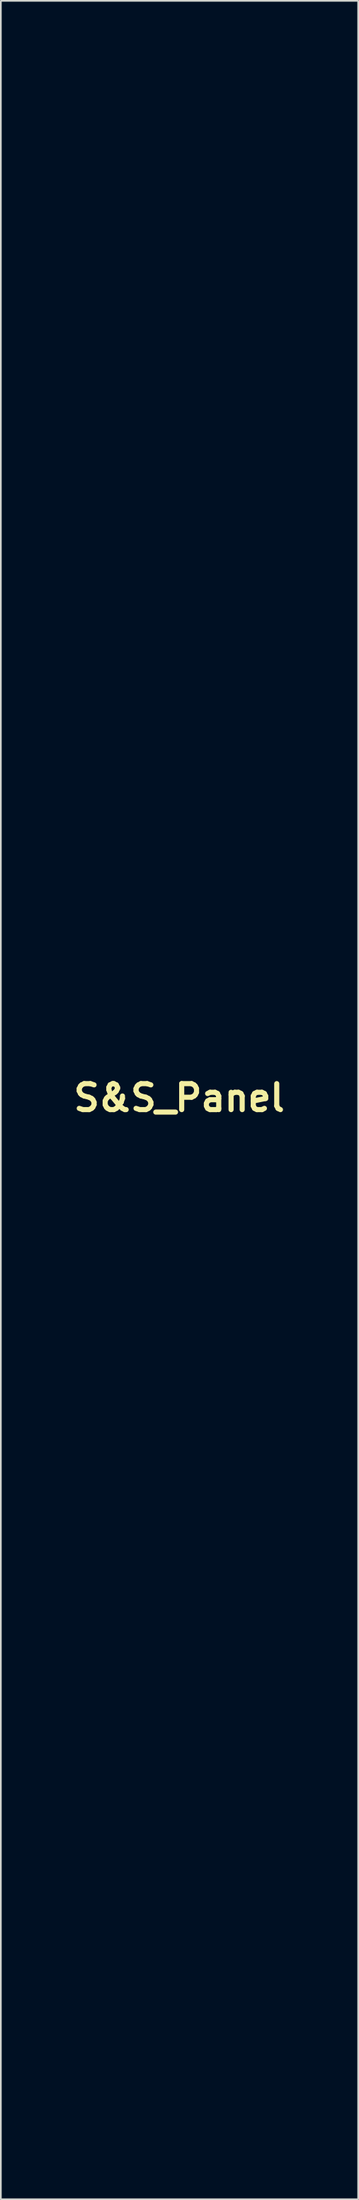
<source format=kicad_pcb>
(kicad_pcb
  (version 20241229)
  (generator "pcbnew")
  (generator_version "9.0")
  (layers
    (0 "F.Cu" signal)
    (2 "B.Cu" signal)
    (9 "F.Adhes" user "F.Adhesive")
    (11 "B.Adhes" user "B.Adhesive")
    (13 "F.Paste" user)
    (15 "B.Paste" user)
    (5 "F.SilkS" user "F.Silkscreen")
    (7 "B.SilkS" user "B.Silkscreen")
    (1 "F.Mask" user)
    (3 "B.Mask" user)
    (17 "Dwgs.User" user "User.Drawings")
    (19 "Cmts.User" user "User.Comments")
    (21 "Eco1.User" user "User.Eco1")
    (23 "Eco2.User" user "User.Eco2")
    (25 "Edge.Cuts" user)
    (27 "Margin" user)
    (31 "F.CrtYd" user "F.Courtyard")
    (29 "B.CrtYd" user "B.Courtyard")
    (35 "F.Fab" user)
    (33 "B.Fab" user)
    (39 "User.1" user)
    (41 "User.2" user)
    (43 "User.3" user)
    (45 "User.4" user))
  (footprint "S&S_Panel"
    (layer "F.Cu")
    (at 7.488 61.354)
    (property "Reference" "S&S_Panel" (at 0 0 0) (layer "F.SilkS") (effects (font (size 1.524 1.524) (thickness 0.3))))
    (attr board_only exclude_from_pos_files exclude_from_bom)
    (fp_poly (pts (xy -5.422 -44.022) (xy -5.809 -44.022) (xy -5.809 -45.701) (xy -5.422 -45.701)) (stroke (width 0) (type solid)) (fill yes) (layer "F.Mask"))
    (fp_poly (pts (xy -2.421 -60.902) (xy -7.488 -60.902) (xy -7.488 -61.354) (xy -2.421 -61.354)) (stroke (width 0) (type solid)) (fill yes) (layer "F.Mask"))
    (fp_poly (pts (xy -2.421 61.612) (xy -7.488 61.612) (xy -7.488 61.16) (xy -2.421 61.16)) (stroke (width 0) (type solid)) (fill yes) (layer "F.Mask"))
    (fp_poly (pts (xy -1.097 -26.53) (xy -1.485 -26.53) (xy -1.485 -28.208) (xy -1.097 -28.208)) (stroke (width 0) (type solid)) (fill yes) (layer "F.Mask"))
    (fp_poly (pts (xy -0.968 -0.807) (xy -1.356 -0.807) (xy -1.356 -2.485) (xy -0.968 -2.485)) (stroke (width 0) (type solid)) (fill yes) (layer "F.Mask"))
    (fp_poly (pts (xy 0.258 -10.36) (xy -0.194 -10.36) (xy -0.194 -13.846) (xy 0.258 -13.846)) (stroke (width 0) (type solid)) (fill yes) (layer "F.Mask"))
    (fp_poly (pts (xy 0.516 39.052) (xy 0.129 39.052) (xy 0.129 37.374) (xy 0.516 37.374)) (stroke (width 0) (type solid)) (fill yes) (layer "F.Mask"))
    (fp_poly (pts (xy 1.097 10.457) (xy 0.71 10.457) (xy 0.71 8.779) (xy 1.097 8.779)) (stroke (width 0) (type solid)) (fill yes) (layer "F.Mask"))
    (fp_poly (pts (xy 7.52 -60.902) (xy 2.453 -60.902) (xy 2.453 -61.354) (xy 7.52 -61.354)) (stroke (width 0) (type solid)) (fill yes) (layer "F.Mask"))
    (fp_poly (pts (xy 7.52 61.612) (xy 2.453 61.612) (xy 2.453 61.16) (xy 7.52 61.16)) (stroke (width 0) (type solid)) (fill yes) (layer "F.Mask"))
    (fp_poly (pts (xy -1.743 -38.6) (xy -0.484 -38.6) (xy -0.484 -38.278) (xy -2.13 -38.278) (xy -2.13 -39.956) (xy -1.743 -39.956)) (stroke (width 0) (type solid)) (fill yes) (layer "F.Mask"))
    (fp_poly (pts (xy 0.839 26.175) (xy 2.098 26.175) (xy 2.098 26.497) (xy 0.452 26.497) (xy 0.452 24.819) (xy 0.839 24.819)) (stroke (width 0) (type solid)) (fill yes) (layer "F.Mask"))
    (fp_poly (pts (xy -5.422 -33.404) (xy -4.325 -33.404) (xy -4.325 -32.952) (xy -5.874 -32.952) (xy -5.874 -34.308) (xy -6.971 -34.308) (xy -6.971 -34.76) (xy -5.422 -34.76)) (stroke (width 0) (type solid)) (fill yes) (layer "F.Mask"))
    (fp_poly (pts (xy -1.807 -27.917) (xy -2.582 -27.917) (xy -2.582 -26.53) (xy -2.969 -26.53) (xy -2.969 -27.917) (xy -3.744 -27.917) (xy -3.744 -28.208) (xy -1.807 -28.208)) (stroke (width 0) (type solid)) (fill yes) (layer "F.Mask"))
    (fp_poly (pts (xy -1.807 9.069) (xy -2.582 9.069) (xy -2.582 10.457) (xy -2.969 10.457) (xy -2.969 9.069) (xy -3.744 9.069) (xy -3.744 8.779) (xy -1.807 8.779)) (stroke (width 0) (type solid)) (fill yes) (layer "F.Mask"))
    (fp_poly (pts (xy -3.905 25.465) (xy -2.679 25.465) (xy -2.679 24.819) (xy -2.291 24.819) (xy -2.291 26.497) (xy -2.679 26.497) (xy -2.679 25.755) (xy -3.905 25.755) (xy -3.905 26.497) (xy -4.293 26.497) (xy -4.293 24.819) (xy -3.905 24.819)) (stroke (width 0) (type solid)) (fill yes) (layer "F.Mask"))
    (fp_poly (pts (xy 1.614 -39.665) (xy 0.29 -39.665) (xy 0.29 -39.31) (xy 1.065 -39.31) (xy 1.065 -39.02) (xy 0.29 -39.02) (xy 0.29 -38.6) (xy 1.646 -38.6) (xy 1.646 -38.278) (xy -0.097 -38.278) (xy -0.097 -39.956) (xy 1.614 -39.956)) (stroke (width 0) (type solid)) (fill yes) (layer "F.Mask"))
    (fp_poly (pts (xy 3.55 -27.917) (xy 2.227 -27.917) (xy 2.227 -27.562) (xy 3.002 -27.562) (xy 3.002 -27.272) (xy 2.227 -27.272) (xy 2.227 -26.852) (xy 3.582 -26.852) (xy 3.582 -26.53) (xy 1.84 -26.53) (xy 1.84 -28.208) (xy 3.55 -28.208)) (stroke (width 0) (type solid)) (fill yes) (layer "F.Mask"))
    (fp_poly (pts (xy 4.777 37.664) (xy 3.453 37.664) (xy 3.453 38.019) (xy 4.228 38.019) (xy 4.228 38.31) (xy 3.453 38.31) (xy 3.453 38.729) (xy 4.809 38.729) (xy 4.809 39.052) (xy 3.066 39.052) (xy 3.066 37.374) (xy 4.777 37.374)) (stroke (width 0) (type solid)) (fill yes) (layer "F.Mask"))
    (fp_poly (pts (xy -2.647 39.052) (xy -2.786 39.052) (xy -2.829 39.05) (xy -2.872 39.042) (xy -2.919 39.022) (xy -2.979 38.987) (xy -3.056 38.93) (xy -3.16 38.849) (xy -3.295 38.737) (xy -3.469 38.591) (xy -3.584 38.493) (xy -4.244 37.933) (xy -4.253 38.493) (xy -4.262 39.052) (xy -4.615 39.052) (xy -4.615 37.374) (xy -4.478 37.374) (xy -4.435 37.376) (xy -4.392 37.385) (xy -4.344 37.405) (xy -4.284 37.442) (xy -4.205 37.499) (xy -4.1 37.582) (xy -3.962 37.695) (xy -3.786 37.844) (xy -3.679 37.934) (xy -3.018 38.493) (xy -3.009 37.934) (xy -3 37.374) (xy -2.647 37.374)) (stroke (width 0) (type solid)) (fill yes) (layer "F.Mask"))
    (fp_poly (pts (xy 1.42 -0.807) (xy 1.281 -0.807) (xy 1.237 -0.809) (xy 1.195 -0.817) (xy 1.147 -0.837) (xy 1.088 -0.872) (xy 1.01 -0.929) (xy 0.907 -1.01) (xy 0.772 -1.122) (xy 0.598 -1.268) (xy 0.482 -1.366) (xy -0.178 -1.926) (xy -0.186 -1.366) (xy -0.195 -0.807) (xy -0.549 -0.807) (xy -0.549 -2.485) (xy -0.411 -2.485) (xy -0.368 -2.483) (xy -0.326 -2.474) (xy -0.278 -2.454) (xy -0.217 -2.417) (xy -0.138 -2.36) (xy -0.033 -2.277) (xy 0.104 -2.163) (xy 0.281 -2.015) (xy 0.387 -1.925) (xy 1.049 -1.366) (xy 1.058 -1.925) (xy 1.067 -2.485) (xy 1.42 -2.485)) (stroke (width 0) (type solid)) (fill yes) (layer "F.Mask"))
    (fp_poly (pts (xy 6.616 -44.055) (xy 6.477 -44.055) (xy 6.433 -44.056) (xy 6.391 -44.065) (xy 6.344 -44.084) (xy 6.284 -44.12) (xy 6.206 -44.176) (xy 6.103 -44.258) (xy 5.968 -44.37) (xy 5.794 -44.516) (xy 5.678 -44.614) (xy 5.019 -45.173) (xy 5.01 -44.614) (xy 5.001 -44.055) (xy 4.648 -44.055) (xy 4.648 -45.733) (xy 4.785 -45.733) (xy 4.828 -45.731) (xy 4.87 -45.722) (xy 4.918 -45.702) (xy 4.979 -45.665) (xy 5.058 -45.608) (xy 5.163 -45.525) (xy 5.301 -45.411) (xy 5.477 -45.263) (xy 5.583 -45.173) (xy 6.245 -44.613) (xy 6.254 -45.173) (xy 6.263 -45.733) (xy 6.616 -45.733)) (stroke (width 0) (type solid)) (fill yes) (layer "F.Mask"))
    (fp_poly (pts (xy 5.856 -34.59) (xy 5.895 -34.361) (xy 5.925 -34.186) (xy 5.948 -34.056) (xy 5.967 -33.964) (xy 5.983 -33.899) (xy 5.998 -33.853) (xy 6 -33.846) (xy 6.103 -33.665) (xy 6.256 -33.522) (xy 6.455 -33.42) (xy 6.697 -33.36) (xy 6.77 -33.352) (xy 7.004 -33.33) (xy 7.004 -32.888) (xy 6.85 -32.89) (xy 6.73 -32.899) (xy 6.587 -32.919) (xy 6.5 -32.936) (xy 6.36 -32.974) (xy 6.217 -33.026) (xy 6.144 -33.059) (xy 6.016 -33.142) (xy 5.878 -33.26) (xy 5.752 -33.393) (xy 5.657 -33.521) (xy 5.638 -33.553) (xy 5.595 -33.658) (xy 5.548 -33.803) (xy 5.505 -33.964) (xy 5.473 -34.116) (xy 5.472 -34.122) (xy 5.451 -34.243) (xy 4.357 -34.243) (xy 4.357 -34.695) (xy 5.839 -34.695)) (stroke (width 0) (type solid)) (fill yes) (layer "F.Mask"))
    (fp_poly (pts (xy -0.01 -27.709) (xy 0.109 -27.555) (xy 0.214 -27.42) (xy 0.3 -27.313) (xy 0.36 -27.24) (xy 0.389 -27.209) (xy 0.39 -27.209) (xy 0.413 -27.233) (xy 0.469 -27.302) (xy 0.551 -27.406) (xy 0.652 -27.54) (xy 0.766 -27.693) (xy 0.777 -27.708) (xy 1.145 -28.208) (xy 1.452 -28.208) (xy 1.452 -26.53) (xy 1.095 -26.53) (xy 1.104 -27.113) (xy 1.106 -27.339) (xy 1.105 -27.502) (xy 1.099 -27.604) (xy 1.09 -27.646) (xy 1.081 -27.643) (xy 1.031 -27.567) (xy 0.956 -27.461) (xy 0.863 -27.335) (xy 0.76 -27.2) (xy 0.655 -27.065) (xy 0.556 -26.94) (xy 0.471 -26.836) (xy 0.407 -26.763) (xy 0.373 -26.73) (xy 0.371 -26.729) (xy 0.335 -26.751) (xy 0.268 -26.82) (xy 0.174 -26.932) (xy 0.057 -27.08) (xy -0.023 -27.187) (xy -0.371 -27.654) (xy -0.38 -27.092) (xy -0.389 -26.53) (xy -0.71 -26.53) (xy -0.71 -28.208) (xy -0.391 -28.208)) (stroke (width 0) (type solid)) (fill yes) (layer "F.Mask"))
    (fp_poly (pts (xy -1.24 37.38) (xy -0.984 37.383) (xy -0.784 37.387) (xy -0.633 37.39) (xy -0.523 37.396) (xy -0.446 37.403) (xy -0.394 37.414) (xy -0.359 37.428) (xy -0.333 37.447) (xy -0.316 37.463) (xy -0.291 37.49) (xy -0.273 37.52) (xy -0.26 37.563) (xy -0.251 37.628) (xy -0.246 37.723) (xy -0.243 37.858) (xy -0.242 38.043) (xy -0.242 38.213) (xy -0.242 38.438) (xy -0.244 38.608) (xy -0.247 38.732) (xy -0.253 38.818) (xy -0.263 38.876) (xy -0.277 38.915) (xy -0.297 38.943) (xy -0.316 38.962) (xy -0.339 38.985) (xy -0.367 39.002) (xy -0.406 39.015) (xy -0.464 39.025) (xy -0.549 39.032) (xy -0.669 39.037) (xy -0.832 39.04) (xy -1.046 39.043) (xy -1.24 39.046) (xy -2.091 39.055) (xy -2.275 38.896) (xy -2.275 38.729) (xy -1.904 38.729) (xy -0.613 38.729) (xy -0.613 37.664) (xy -1.904 37.664) (xy -1.904 38.729) (xy -2.275 38.729) (xy -2.275 37.53) (xy -2.091 37.371)) (stroke (width 0) (type solid)) (fill yes) (layer "F.Mask"))
    (fp_poly (pts (xy -0.885 24.826) (xy -0.629 24.829) (xy -0.429 24.832) (xy -0.278 24.836) (xy -0.168 24.841) (xy -0.091 24.849) (xy -0.039 24.859) (xy -0.004 24.873) (xy 0.022 24.892) (xy 0.04 24.909) (xy 0.064 24.935) (xy 0.082 24.966) (xy 0.095 25.008) (xy 0.104 25.073) (xy 0.109 25.168) (xy 0.112 25.304) (xy 0.113 25.488) (xy 0.113 25.658) (xy 0.113 25.884) (xy 0.111 26.054) (xy 0.108 26.177) (xy 0.102 26.263) (xy 0.092 26.321) (xy 0.078 26.36) (xy 0.058 26.388) (xy 0.04 26.408) (xy 0.016 26.43) (xy -0.012 26.447) (xy -0.05 26.46) (xy -0.108 26.47) (xy -0.194 26.477) (xy -0.314 26.482) (xy -0.477 26.485) (xy -0.691 26.489) (xy -0.885 26.491) (xy -1.736 26.5) (xy -1.92 26.342) (xy -1.92 26.175) (xy -1.549 26.175) (xy -0.258 26.175) (xy -0.258 25.11) (xy -1.549 25.11) (xy -1.549 26.175) (xy -1.92 26.175) (xy -1.92 24.975) (xy -1.736 24.816)) (stroke (width 0) (type solid)) (fill yes) (layer "F.Mask"))
    (fp_poly (pts (xy 3.411 24.821) (xy 3.626 24.828) (xy 3.796 24.841) (xy 3.93 24.862) (xy 4.037 24.894) (xy 4.127 24.937) (xy 4.21 24.993) (xy 4.237 25.015) (xy 4.365 25.145) (xy 4.447 25.29) (xy 4.49 25.468) (xy 4.5 25.642) (xy 4.481 25.879) (xy 4.419 26.072) (xy 4.31 26.232) (xy 4.233 26.305) (xy 4.152 26.365) (xy 4.066 26.411) (xy 3.965 26.446) (xy 3.84 26.47) (xy 3.682 26.486) (xy 3.48 26.494) (xy 3.227 26.497) (xy 3.141 26.497) (xy 2.485 26.497) (xy 2.485 25.103) (xy 2.872 25.103) (xy 2.872 26.183) (xy 3.302 26.168) (xy 3.496 26.16) (xy 3.639 26.148) (xy 3.744 26.131) (xy 3.823 26.107) (xy 3.857 26.092) (xy 3.985 26.001) (xy 4.066 25.875) (xy 4.102 25.707) (xy 4.105 25.626) (xy 4.083 25.438) (xy 4.016 25.29) (xy 3.909 25.188) (xy 3.882 25.173) (xy 3.8 25.151) (xy 3.656 25.133) (xy 3.453 25.12) (xy 3.332 25.116) (xy 2.872 25.103) (xy 2.485 25.103) (xy 2.485 24.819) (xy 3.141 24.819)) (stroke (width 0) (type solid)) (fill yes) (layer "F.Mask"))
    (fp_poly (pts (xy -0.418 8.78) (xy -0.2 8.783) (xy -0.033 8.791) (xy 0.091 8.803) (xy 0.179 8.821) (xy 0.239 8.845) (xy 0.277 8.878) (xy 0.301 8.92) (xy 0.303 8.925) (xy 0.312 8.983) (xy 0.319 9.088) (xy 0.322 9.22) (xy 0.322 9.362) (xy 0.319 9.495) (xy 0.313 9.602) (xy 0.303 9.663) (xy 0.303 9.665) (xy 0.244 9.733) (xy 0.135 9.782) (xy -0.011 9.808) (xy -0.086 9.811) (xy -0.273 9.811) (xy -0.146 9.916) (xy -0.066 9.982) (xy 0.047 10.074) (xy 0.174 10.177) (xy 0.25 10.239) (xy 0.52 10.457) (xy -0.051 10.457) (xy -0.394 10.134) (xy -0.737 9.811) (xy -1.097 9.811) (xy -1.097 10.457) (xy -1.485 10.457) (xy -1.485 9.521) (xy -1.097 9.521) (xy -0.62 9.521) (xy -0.402 9.519) (xy -0.245 9.511) (xy -0.146 9.499) (xy -0.103 9.482) (xy -0.078 9.423) (xy -0.066 9.327) (xy -0.069 9.224) (xy -0.086 9.139) (xy -0.103 9.108) (xy -0.15 9.09) (xy -0.252 9.078) (xy -0.412 9.071) (xy -0.62 9.069) (xy -1.097 9.069) (xy -1.097 9.521) (xy -1.485 9.521) (xy -1.485 8.779) (xy -0.692 8.779)) (stroke (width 0) (type solid)) (fill yes) (layer "F.Mask"))
    (fp_poly (pts (xy 0.196 -50.864) (xy 0.413 -50.86) (xy 0.58 -50.853) (xy 0.704 -50.841) (xy 0.792 -50.823) (xy 0.852 -50.798) (xy 0.89 -50.765) (xy 0.914 -50.723) (xy 0.916 -50.718) (xy 0.925 -50.66) (xy 0.932 -50.556) (xy 0.935 -50.423) (xy 0.935 -50.281) (xy 0.932 -50.148) (xy 0.926 -50.042) (xy 0.917 -49.98) (xy 0.916 -49.978) (xy 0.858 -49.911) (xy 0.749 -49.861) (xy 0.602 -49.835) (xy 0.527 -49.832) (xy 0.34 -49.832) (xy 0.467 -49.727) (xy 0.547 -49.661) (xy 0.66 -49.569) (xy 0.787 -49.466) (xy 0.864 -49.404) (xy 1.133 -49.186) (xy 0.562 -49.186) (xy 0.219 -49.509) (xy -0.123 -49.832) (xy -0.484 -49.832) (xy -0.484 -49.186) (xy -0.871 -49.186) (xy -0.871 -50.122) (xy -0.484 -50.122) (xy -0.006 -50.122) (xy 0.212 -50.125) (xy 0.368 -50.132) (xy 0.467 -50.144) (xy 0.51 -50.161) (xy 0.535 -50.221) (xy 0.547 -50.316) (xy 0.544 -50.419) (xy 0.527 -50.504) (xy 0.51 -50.535) (xy 0.463 -50.553) (xy 0.362 -50.565) (xy 0.202 -50.572) (xy -0.006 -50.574) (xy -0.484 -50.574) (xy -0.484 -50.122) (xy -0.871 -50.122) (xy -0.871 -50.865) (xy -0.079 -50.865)) (stroke (width 0) (type solid)) (fill yes) (layer "F.Mask"))
    (fp_poly (pts (xy 2.453 -50.862) (xy 2.659 -50.858) (xy 2.81 -50.85) (xy 2.911 -50.839) (xy 2.968 -50.824) (xy 2.969 -50.823) (xy 3.044 -50.752) (xy 3.099 -50.635) (xy 3.127 -50.486) (xy 3.129 -50.439) (xy 3.126 -50.372) (xy 3.108 -50.329) (xy 3.062 -50.302) (xy 2.975 -50.282) (xy 2.864 -50.266) (xy 2.711 -50.244) (xy 2.711 -50.574) (xy 1.678 -50.574) (xy 1.678 -49.509) (xy 2.711 -49.509) (xy 2.711 -49.87) (xy 2.848 -49.847) (xy 2.984 -49.821) (xy 3.068 -49.792) (xy 3.111 -49.751) (xy 3.127 -49.688) (xy 3.129 -49.631) (xy 3.11 -49.464) (xy 3.064 -49.331) (xy 2.993 -49.243) (xy 2.969 -49.228) (xy 2.915 -49.213) (xy 2.815 -49.201) (xy 2.667 -49.193) (xy 2.464 -49.188) (xy 2.202 -49.187) (xy 2.188 -49.187) (xy 1.959 -49.187) (xy 1.784 -49.188) (xy 1.657 -49.191) (xy 1.566 -49.196) (xy 1.504 -49.206) (xy 1.461 -49.22) (xy 1.429 -49.239) (xy 1.398 -49.264) (xy 1.307 -49.342) (xy 1.307 -50.709) (xy 1.398 -50.787) (xy 1.429 -50.812) (xy 1.462 -50.831) (xy 1.505 -50.845) (xy 1.567 -50.855) (xy 1.658 -50.86) (xy 1.786 -50.863) (xy 1.961 -50.864) (xy 2.188 -50.864)) (stroke (width 0) (type solid)) (fill yes) (layer "F.Mask"))
    (fp_poly (pts (xy 2.727 8.779) (xy 2.941 8.783) (xy 3.105 8.79) (xy 3.226 8.803) (xy 3.313 8.824) (xy 3.372 8.853) (xy 3.41 8.894) (xy 3.436 8.946) (xy 3.452 8.997) (xy 3.476 9.086) (xy 3.483 9.145) (xy 3.463 9.183) (xy 3.406 9.208) (xy 3.303 9.229) (xy 3.187 9.249) (xy 3.108 9.259) (xy 3.074 9.245) (xy 3.066 9.195) (xy 3.066 9.17) (xy 3.066 9.069) (xy 1.872 9.069) (xy 1.872 10.134) (xy 3.066 10.134) (xy 3.066 9.779) (xy 2.453 9.779) (xy 2.453 9.489) (xy 3.494 9.489) (xy 3.478 9.868) (xy 3.47 10.023) (xy 3.459 10.158) (xy 3.448 10.257) (xy 3.438 10.305) (xy 3.413 10.35) (xy 3.376 10.385) (xy 3.319 10.412) (xy 3.236 10.431) (xy 3.118 10.444) (xy 2.958 10.452) (xy 2.75 10.456) (xy 2.485 10.457) (xy 2.456 10.457) (xy 2.213 10.457) (xy 2.026 10.456) (xy 1.887 10.453) (xy 1.786 10.449) (xy 1.717 10.441) (xy 1.669 10.429) (xy 1.635 10.413) (xy 1.605 10.391) (xy 1.591 10.379) (xy 1.501 10.301) (xy 1.501 8.934) (xy 1.591 8.857) (xy 1.621 8.832) (xy 1.652 8.813) (xy 1.693 8.8) (xy 1.751 8.79) (xy 1.837 8.784) (xy 1.957 8.781) (xy 2.121 8.779) (xy 2.338 8.779) (xy 2.456 8.779)) (stroke (width 0) (type solid)) (fill yes) (layer "F.Mask"))
    (fp_poly (pts (xy 3.66 -39.407) (xy 3.73 -39.233) (xy 3.792 -39.083) (xy 3.842 -38.965) (xy 3.876 -38.89) (xy 3.89 -38.865) (xy 3.903 -38.897) (xy 3.935 -38.98) (xy 3.98 -39.103) (xy 4.036 -39.257) (xy 4.084 -39.391) (xy 4.146 -39.563) (xy 4.202 -39.714) (xy 4.248 -39.833) (xy 4.28 -39.91) (xy 4.292 -39.933) (xy 4.335 -39.947) (xy 4.42 -39.951) (xy 4.477 -39.95) (xy 4.637 -39.94) (xy 4.323 -39.117) (xy 4.008 -38.294) (xy 3.868 -38.285) (xy 3.728 -38.275) (xy 3.504 -38.841) (xy 3.434 -39.017) (xy 3.372 -39.17) (xy 3.321 -39.29) (xy 3.286 -39.368) (xy 3.27 -39.395) (xy 3.269 -39.395) (xy 3.254 -39.363) (xy 3.219 -39.281) (xy 3.168 -39.157) (xy 3.106 -39.003) (xy 3.039 -38.839) (xy 2.82 -38.294) (xy 2.677 -38.285) (xy 2.534 -38.276) (xy 2.23 -39.076) (xy 2.149 -39.291) (xy 2.075 -39.487) (xy 2.01 -39.656) (xy 1.96 -39.79) (xy 1.926 -39.879) (xy 1.912 -39.915) (xy 1.923 -39.939) (xy 1.98 -39.952) (xy 2.094 -39.956) (xy 2.103 -39.956) (xy 2.309 -39.956) (xy 2.516 -39.402) (xy 2.592 -39.2) (xy 2.651 -39.054) (xy 2.694 -38.959) (xy 2.724 -38.91) (xy 2.743 -38.901) (xy 2.749 -38.909) (xy 2.77 -38.96) (xy 2.809 -39.058) (xy 2.862 -39.194) (xy 2.925 -39.353) (xy 2.965 -39.456) (xy 3.154 -39.94) (xy 3.297 -39.949) (xy 3.44 -39.959)) (stroke (width 0) (type solid)) (fill yes) (layer "F.Mask"))
    (fp_poly (pts (xy -3.415 -39.949) (xy -3.349 -39.948) (xy -3.101 -39.945) (xy -2.909 -39.939) (xy -2.767 -39.929) (xy -2.665 -39.912) (xy -2.596 -39.886) (xy -2.552 -39.849) (xy -2.525 -39.797) (xy -2.507 -39.729) (xy -2.5 -39.69) (xy -2.493 -39.618) (xy -2.509 -39.57) (xy -2.561 -39.536) (xy -2.66 -39.506) (xy -2.735 -39.489) (xy -2.807 -39.478) (xy -2.835 -39.498) (xy -2.84 -39.562) (xy -2.84 -39.566) (xy -2.84 -39.665) (xy -3.937 -39.665) (xy -3.937 -39.278) (xy -2.674 -39.278) (xy -2.579 -39.184) (xy -2.535 -39.135) (xy -2.507 -39.088) (xy -2.492 -39.026) (xy -2.486 -38.931) (xy -2.485 -38.798) (xy -2.491 -38.613) (xy -2.509 -38.48) (xy -2.544 -38.391) (xy -2.599 -38.333) (xy -2.635 -38.313) (xy -2.701 -38.299) (xy -2.819 -38.288) (xy -2.976 -38.28) (xy -3.16 -38.276) (xy -3.36 -38.276) (xy -3.563 -38.278) (xy -3.758 -38.284) (xy -3.932 -38.292) (xy -4.074 -38.304) (xy -4.17 -38.318) (xy -4.203 -38.328) (xy -4.277 -38.395) (xy -4.31 -38.464) (xy -4.337 -38.589) (xy -4.345 -38.665) (xy -4.326 -38.706) (xy -4.271 -38.726) (xy -4.172 -38.74) (xy -4.139 -38.745) (xy -4.041 -38.756) (xy -3.991 -38.753) (xy -3.972 -38.729) (xy -3.97 -38.684) (xy -3.97 -38.6) (xy -2.84 -38.6) (xy -2.84 -38.955) (xy -3.445 -38.956) (xy -3.684 -38.957) (xy -3.867 -38.962) (xy -4.002 -38.973) (xy -4.098 -38.992) (xy -4.164 -39.02) (xy -4.207 -39.06) (xy -4.237 -39.114) (xy -4.25 -39.15) (xy -4.277 -39.28) (xy -4.287 -39.442) (xy -4.28 -39.607) (xy -4.256 -39.744) (xy -4.25 -39.761) (xy -4.226 -39.821) (xy -4.195 -39.868) (xy -4.149 -39.902) (xy -4.08 -39.926) (xy -3.98 -39.941) (xy -3.841 -39.948) (xy -3.655 -39.951)) (stroke (width 0) (type solid)) (fill yes) (layer "F.Mask"))
    (fp_poly (pts (xy -2.156 -50.858) (xy -2.091 -50.857) (xy -1.842 -50.853) (xy -1.651 -50.848) (xy -1.508 -50.838) (xy -1.406 -50.821) (xy -1.337 -50.795) (xy -1.293 -50.757) (xy -1.266 -50.706) (xy -1.249 -50.638) (xy -1.241 -50.599) (xy -1.234 -50.527) (xy -1.251 -50.479) (xy -1.303 -50.445) (xy -1.401 -50.415) (xy -1.477 -50.398) (xy -1.548 -50.387) (xy -1.576 -50.407) (xy -1.581 -50.471) (xy -1.581 -50.475) (xy -1.581 -50.574) (xy -2.679 -50.574) (xy -2.679 -50.187) (xy -1.415 -50.187) (xy -1.321 -50.092) (xy -1.276 -50.044) (xy -1.248 -49.997) (xy -1.233 -49.934) (xy -1.227 -49.84) (xy -1.226 -49.707) (xy -1.232 -49.521) (xy -1.251 -49.389) (xy -1.286 -49.3) (xy -1.341 -49.242) (xy -1.377 -49.222) (xy -1.443 -49.208) (xy -1.56 -49.197) (xy -1.717 -49.189) (xy -1.901 -49.185) (xy -2.101 -49.185) (xy -2.305 -49.187) (xy -2.499 -49.193) (xy -2.673 -49.201) (xy -2.815 -49.212) (xy -2.912 -49.226) (xy -2.945 -49.237) (xy -3.019 -49.303) (xy -3.052 -49.373) (xy -3.078 -49.498) (xy -3.086 -49.574) (xy -3.067 -49.615) (xy -3.013 -49.635) (xy -2.913 -49.649) (xy -2.88 -49.654) (xy -2.782 -49.665) (xy -2.732 -49.662) (xy -2.714 -49.638) (xy -2.711 -49.593) (xy -2.711 -49.509) (xy -1.581 -49.509) (xy -1.581 -49.864) (xy -2.187 -49.865) (xy -2.425 -49.866) (xy -2.608 -49.871) (xy -2.743 -49.882) (xy -2.84 -49.9) (xy -2.905 -49.929) (xy -2.949 -49.969) (xy -2.978 -50.023) (xy -2.992 -50.059) (xy -3.019 -50.189) (xy -3.029 -50.351) (xy -3.021 -50.516) (xy -2.997 -50.653) (xy -2.992 -50.67) (xy -2.968 -50.73) (xy -2.936 -50.776) (xy -2.89 -50.811) (xy -2.821 -50.834) (xy -2.721 -50.849) (xy -2.582 -50.857) (xy -2.397 -50.859)) (stroke (width 0) (type solid)) (fill yes) (layer "F.Mask"))
    (fp_poly (pts (xy 1.781 37.381) (xy 1.847 37.381) (xy 2.095 37.385) (xy 2.287 37.391) (xy 2.43 37.401) (xy 2.532 37.417) (xy 2.601 37.443) (xy 2.645 37.481) (xy 2.671 37.533) (xy 2.689 37.601) (xy 2.696 37.64) (xy 2.704 37.711) (xy 2.687 37.76) (xy 2.635 37.794) (xy 2.536 37.823) (xy 2.461 37.84) (xy 2.39 37.851) (xy 2.361 37.832) (xy 2.356 37.767) (xy 2.356 37.764) (xy 2.356 37.664) (xy 1.259 37.664) (xy 1.259 38.052) (xy 2.522 38.052) (xy 2.617 38.146) (xy 2.662 38.194) (xy 2.689 38.242) (xy 2.704 38.304) (xy 2.71 38.398) (xy 2.711 38.532) (xy 2.706 38.717) (xy 2.687 38.849) (xy 2.652 38.939) (xy 2.597 38.996) (xy 2.561 39.016) (xy 2.495 39.031) (xy 2.378 39.042) (xy 2.221 39.049) (xy 2.036 39.053) (xy 1.836 39.054) (xy 1.633 39.051) (xy 1.438 39.046) (xy 1.264 39.037) (xy 1.123 39.026) (xy 1.026 39.012) (xy 0.993 39.002) (xy 0.919 38.935) (xy 0.886 38.866) (xy 0.859 38.74) (xy 0.851 38.665) (xy 0.87 38.624) (xy 0.925 38.603) (xy 1.024 38.589) (xy 1.057 38.585) (xy 1.155 38.573) (xy 1.205 38.576) (xy 1.224 38.6) (xy 1.226 38.646) (xy 1.226 38.729) (xy 2.356 38.729) (xy 2.356 38.374) (xy 1.751 38.374) (xy 1.512 38.372) (xy 1.329 38.367) (xy 1.194 38.357) (xy 1.098 38.338) (xy 1.032 38.31) (xy 0.989 38.269) (xy 0.959 38.215) (xy 0.946 38.18) (xy 0.919 38.05) (xy 0.909 37.887) (xy 0.916 37.723) (xy 0.94 37.585) (xy 0.946 37.568) (xy 0.97 37.508) (xy 1.001 37.462) (xy 1.047 37.428) (xy 1.116 37.404) (xy 1.216 37.389) (xy 1.355 37.381) (xy 1.541 37.379)) (stroke (width 0) (type solid)) (fill yes) (layer "F.Mask"))
    (fp_poly (pts (xy -3.48 -57.077) (xy -3.226 -57.076) (xy -3.023 -57.072) (xy -2.864 -57.066) (xy -2.742 -57.056) (xy -2.651 -57.041) (xy -2.584 -57.021) (xy -2.535 -56.994) (xy -2.495 -56.959) (xy -2.46 -56.916) (xy -2.444 -56.896) (xy -2.393 -56.777) (xy -2.377 -56.639) (xy -2.372 -56.468) (xy -2.614 -56.411) (xy -2.732 -56.384) (xy -2.825 -56.363) (xy -2.875 -56.353) (xy -2.879 -56.353) (xy -2.894 -56.38) (xy -2.907 -56.452) (xy -2.911 -56.488) (xy -2.921 -56.626) (xy -4.648 -56.643) (xy -4.648 -56.028) (xy -3.687 -56.028) (xy -3.41 -56.027) (xy -3.188 -56.026) (xy -3.016 -56.023) (xy -2.885 -56.019) (xy -2.787 -56.012) (xy -2.714 -56.003) (xy -2.659 -55.991) (xy -2.613 -55.975) (xy -2.592 -55.966) (xy -2.503 -55.918) (xy -2.438 -55.862) (xy -2.392 -55.786) (xy -2.363 -55.682) (xy -2.347 -55.538) (xy -2.341 -55.345) (xy -2.34 -55.222) (xy -2.343 -54.999) (xy -2.353 -54.831) (xy -2.375 -54.707) (xy -2.412 -54.617) (xy -2.467 -54.552) (xy -2.543 -54.502) (xy -2.592 -54.477) (xy -2.633 -54.461) (xy -2.679 -54.447) (xy -2.738 -54.437) (xy -2.817 -54.429) (xy -2.922 -54.424) (xy -3.062 -54.42) (xy -3.244 -54.419) (xy -3.475 -54.418) (xy -3.762 -54.418) (xy -3.808 -54.418) (xy -4.07 -54.419) (xy -4.313 -54.422) (xy -4.531 -54.426) (xy -4.714 -54.43) (xy -4.855 -54.435) (xy -4.945 -54.441) (xy -4.972 -54.445) (xy -5.103 -54.498) (xy -5.188 -54.567) (xy -5.237 -54.648) (xy -5.261 -54.719) (xy -5.285 -54.818) (xy -5.305 -54.926) (xy -5.319 -55.025) (xy -5.323 -55.098) (xy -5.314 -55.125) (xy -5.277 -55.13) (xy -5.193 -55.145) (xy -5.079 -55.167) (xy -5.046 -55.173) (xy -4.924 -55.196) (xy -4.828 -55.213) (xy -4.774 -55.221) (xy -4.769 -55.222) (xy -4.754 -55.193) (xy -4.745 -55.12) (xy -4.744 -55.076) (xy -4.744 -54.931) (xy -2.905 -54.931) (xy -2.905 -55.509) (xy -3.897 -55.518) (xy -4.199 -55.522) (xy -4.443 -55.526) (xy -4.636 -55.533) (xy -4.785 -55.543) (xy -4.898 -55.558) (xy -4.98 -55.58) (xy -5.04 -55.609) (xy -5.083 -55.648) (xy -5.117 -55.697) (xy -5.149 -55.757) (xy -5.151 -55.761) (xy -5.181 -55.858) (xy -5.202 -56.001) (xy -5.214 -56.172) (xy -5.217 -56.356) (xy -5.212 -56.535) (xy -5.197 -56.693) (xy -5.173 -56.814) (xy -5.155 -56.859) (xy -5.123 -56.914) (xy -5.09 -56.96) (xy -5.048 -56.996) (xy -4.992 -57.023) (xy -4.914 -57.044) (xy -4.808 -57.059) (xy -4.667 -57.068) (xy -4.485 -57.074) (xy -4.256 -57.076) (xy -3.972 -57.077) (xy -3.792 -57.077)) (stroke (width 0) (type solid)) (fill yes) (layer "F.Mask"))
    (fp_poly (pts (xy 4.104 -57.077) (xy 4.359 -57.076) (xy 4.562 -57.072) (xy 4.721 -57.066) (xy 4.842 -57.056) (xy 4.933 -57.041) (xy 5 -57.021) (xy 5.05 -56.994) (xy 5.089 -56.959) (xy 5.125 -56.916) (xy 5.14 -56.896) (xy 5.191 -56.777) (xy 5.208 -56.639) (xy 5.212 -56.468) (xy 4.97 -56.411) (xy 4.852 -56.384) (xy 4.76 -56.363) (xy 4.709 -56.353) (xy 4.706 -56.353) (xy 4.69 -56.38) (xy 4.677 -56.452) (xy 4.674 -56.488) (xy 4.664 -56.626) (xy 2.937 -56.643) (xy 2.937 -56.028) (xy 3.897 -56.028) (xy 4.175 -56.027) (xy 4.396 -56.026) (xy 4.568 -56.023) (xy 4.7 -56.019) (xy 4.798 -56.012) (xy 4.871 -56.003) (xy 4.926 -55.991) (xy 4.971 -55.975) (xy 4.992 -55.966) (xy 5.081 -55.918) (xy 5.146 -55.862) (xy 5.192 -55.786) (xy 5.221 -55.682) (xy 5.237 -55.538) (xy 5.244 -55.345) (xy 5.245 -55.222) (xy 5.242 -54.999) (xy 5.231 -54.831) (xy 5.209 -54.707) (xy 5.172 -54.617) (xy 5.118 -54.552) (xy 5.042 -54.502) (xy 4.992 -54.477) (xy 4.951 -54.461) (xy 4.905 -54.447) (xy 4.846 -54.437) (xy 4.768 -54.429) (xy 4.662 -54.424) (xy 4.522 -54.42) (xy 4.34 -54.419) (xy 4.11 -54.418) (xy 3.823 -54.418) (xy 3.776 -54.418) (xy 3.515 -54.419) (xy 3.271 -54.422) (xy 3.054 -54.426) (xy 2.87 -54.43) (xy 2.73 -54.435) (xy 2.64 -54.441) (xy 2.612 -54.445) (xy 2.482 -54.498) (xy 2.397 -54.567) (xy 2.348 -54.648) (xy 2.323 -54.719) (xy 2.299 -54.818) (xy 2.279 -54.926) (xy 2.266 -55.025) (xy 2.262 -55.098) (xy 2.27 -55.125) (xy 2.307 -55.13) (xy 2.391 -55.145) (xy 2.506 -55.167) (xy 2.539 -55.173) (xy 2.66 -55.196) (xy 2.757 -55.213) (xy 2.811 -55.221) (xy 2.816 -55.222) (xy 2.83 -55.193) (xy 2.839 -55.12) (xy 2.84 -55.076) (xy 2.84 -54.931) (xy 4.68 -54.931) (xy 4.68 -55.509) (xy 3.687 -55.518) (xy 3.386 -55.522) (xy 3.142 -55.526) (xy 2.949 -55.533) (xy 2.799 -55.543) (xy 2.687 -55.558) (xy 2.604 -55.58) (xy 2.545 -55.609) (xy 2.501 -55.648) (xy 2.467 -55.697) (xy 2.435 -55.757) (xy 2.433 -55.761) (xy 2.403 -55.858) (xy 2.382 -56.001) (xy 2.37 -56.172) (xy 2.367 -56.356) (xy 2.373 -56.535) (xy 2.388 -56.693) (xy 2.412 -56.814) (xy 2.43 -56.859) (xy 2.461 -56.914) (xy 2.495 -56.96) (xy 2.536 -56.996) (xy 2.593 -57.023) (xy 2.671 -57.044) (xy 2.777 -57.059) (xy 2.917 -57.068) (xy 3.099 -57.074) (xy 3.329 -57.076) (xy 3.613 -57.077) (xy 3.792 -57.077)) (stroke (width 0) (type solid)) (fill yes) (layer "F.Mask"))
    (fp_poly (pts (xy 0.264 -57.084) (xy 0.418 -57.071) (xy 0.534 -57.048) (xy 0.62 -57.012) (xy 0.684 -56.963) (xy 0.734 -56.902) (xy 0.78 -56.814) (xy 0.802 -56.709) (xy 0.807 -56.593) (xy 0.807 -56.393) (xy 0.583 -56.356) (xy 0.466 -56.337) (xy 0.374 -56.324) (xy 0.325 -56.319) (xy 0.325 -56.319) (xy 0.305 -56.349) (xy 0.293 -56.428) (xy 0.29 -56.496) (xy 0.29 -56.674) (xy -0.549 -56.674) (xy -0.549 -56.579) (xy -0.544 -56.545) (xy -0.526 -56.507) (xy -0.489 -56.46) (xy -0.428 -56.396) (xy -0.338 -56.312) (xy -0.212 -56.201) (xy -0.045 -56.058) (xy 0.083 -55.95) (xy 0.715 -55.417) (xy 1.022 -55.674) (xy 1.152 -55.784) (xy 1.244 -55.855) (xy 1.311 -55.891) (xy 1.368 -55.893) (xy 1.426 -55.862) (xy 1.5 -55.801) (xy 1.56 -55.747) (xy 1.629 -55.682) (xy 1.671 -55.632) (xy 1.677 -55.618) (xy 1.653 -55.588) (xy 1.589 -55.529) (xy 1.496 -55.45) (xy 1.434 -55.4) (xy 1.302 -55.297) (xy 1.21 -55.22) (xy 1.158 -55.159) (xy 1.147 -55.104) (xy 1.179 -55.045) (xy 1.255 -54.97) (xy 1.377 -54.869) (xy 1.504 -54.766) (xy 1.913 -54.431) (xy 1.504 -54.422) (xy 1.096 -54.413) (xy 0.879 -54.589) (xy 0.662 -54.765) (xy 0.565 -54.686) (xy 0.475 -54.616) (xy 0.37 -54.539) (xy 0.341 -54.519) (xy 0.215 -54.431) (xy -0.53 -54.423) (xy -0.787 -54.422) (xy -0.987 -54.423) (xy -1.14 -54.427) (xy -1.254 -54.434) (xy -1.336 -54.445) (xy -1.397 -54.461) (xy -1.404 -54.463) (xy -1.485 -54.492) (xy -1.536 -54.509) (xy -1.543 -54.511) (xy -1.56 -54.538) (xy -1.594 -54.605) (xy -1.615 -54.649) (xy -1.649 -54.762) (xy -1.664 -54.867) (xy -1.162 -54.867) (xy -0.557 -54.868) (xy 0.048 -54.869) (xy 0.168 -54.975) (xy 0.287 -55.08) (xy -0.098 -55.401) (xy -0.233 -55.511) (xy -0.353 -55.603) (xy -0.448 -55.671) (xy -0.509 -55.707) (xy -0.524 -55.711) (xy -0.567 -55.691) (xy -0.652 -55.644) (xy -0.764 -55.577) (xy -0.863 -55.518) (xy -1.162 -55.335) (xy -1.162 -55.101) (xy -1.162 -54.867) (xy -1.664 -54.867) (xy -1.671 -54.913) (xy -1.68 -55.081) (xy -1.676 -55.245) (xy -1.659 -55.386) (xy -1.631 -55.478) (xy -1.578 -55.54) (xy -1.475 -55.626) (xy -1.327 -55.732) (xy -1.215 -55.806) (xy -0.847 -56.042) (xy -0.948 -56.168) (xy -1 -56.237) (xy -1.03 -56.3) (xy -1.044 -56.377) (xy -1.049 -56.49) (xy -1.049 -56.543) (xy -1.044 -56.703) (xy -1.026 -56.827) (xy -0.986 -56.921) (xy -0.918 -56.988) (xy -0.814 -57.034) (xy -0.668 -57.063) (xy -0.473 -57.079) (xy -0.221 -57.086) (xy -0.194 -57.087) (xy 0.063 -57.089)) (stroke (width 0) (type solid)) (fill yes) (layer "F.Mask")))
  (gr_rect
    (start -3 -3)
    (end 18.008 125.966)
    (stroke (width 0.1) (type default))
    (fill no)
    (layer "Edge.Cuts")))
</source>
